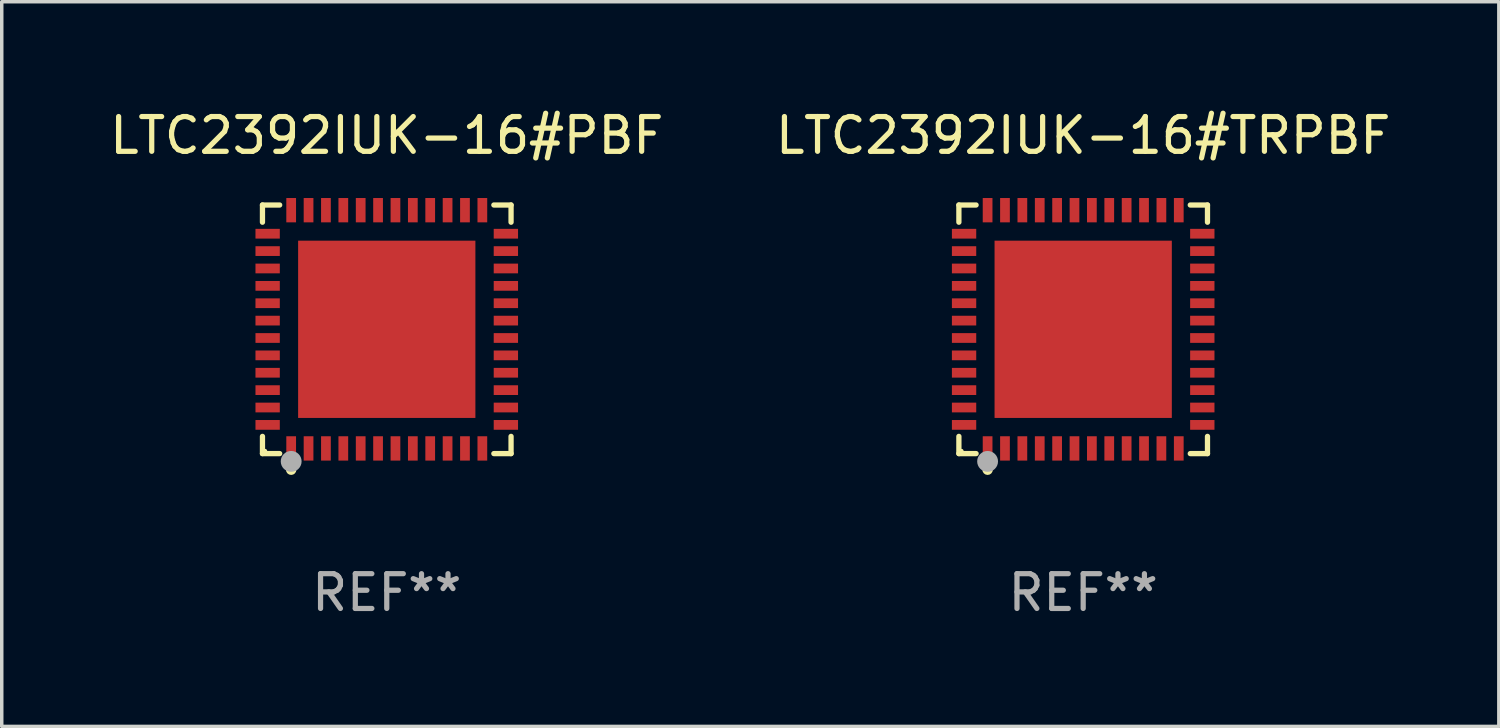
<source format=kicad_pcb>
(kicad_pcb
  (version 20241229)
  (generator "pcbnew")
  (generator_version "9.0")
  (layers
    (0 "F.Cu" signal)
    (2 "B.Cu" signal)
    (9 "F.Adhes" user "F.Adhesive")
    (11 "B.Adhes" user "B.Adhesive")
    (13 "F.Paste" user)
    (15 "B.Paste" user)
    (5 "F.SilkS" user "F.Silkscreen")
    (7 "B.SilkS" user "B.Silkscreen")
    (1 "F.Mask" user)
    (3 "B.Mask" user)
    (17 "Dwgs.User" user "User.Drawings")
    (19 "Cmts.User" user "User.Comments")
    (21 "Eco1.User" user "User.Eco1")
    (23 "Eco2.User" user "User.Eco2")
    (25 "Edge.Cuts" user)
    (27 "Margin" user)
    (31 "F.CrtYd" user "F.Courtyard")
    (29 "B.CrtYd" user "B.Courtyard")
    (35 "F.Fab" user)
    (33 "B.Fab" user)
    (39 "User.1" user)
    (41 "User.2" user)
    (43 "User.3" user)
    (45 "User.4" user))
  (footprint "LTC2392IUK-16#PBF"
    (layer "F.Cu")
    (at 8.077 6.424)
    (property "Reference" "LTC2392IUK-16#PBF" (at 0 -5.576 0) (layer "F.SilkS") (effects (font (size 1 1) (thickness 0.15))))
    (attr through_hole)
    (fp_line (start -3.576 -3.576) (end -3.081 -3.576) (stroke (width 0.152) (type solid)) (layer "F.SilkS"))
    (fp_line (start -3.576 -3.081) (end -3.576 -3.576) (stroke (width 0.152) (type solid)) (layer "F.SilkS"))
    (fp_line (start -3.576 3.081) (end -3.576 3.576) (stroke (width 0.152) (type solid)) (layer "F.SilkS"))
    (fp_line (start -3.576 3.576) (end -3.081 3.576) (stroke (width 0.152) (type solid)) (layer "F.SilkS"))
    (fp_line (start 3.576 -3.576) (end 3.081 -3.576) (stroke (width 0.152) (type solid)) (layer "F.SilkS"))
    (fp_line (start 3.576 -3.081) (end 3.576 -3.576) (stroke (width 0.152) (type solid)) (layer "F.SilkS"))
    (fp_line (start 3.576 3.081) (end 3.576 3.576) (stroke (width 0.152) (type solid)) (layer "F.SilkS"))
    (fp_line (start 3.576 3.576) (end 3.081 3.576) (stroke (width 0.152) (type solid)) (layer "F.SilkS"))
    (fp_circle (center -3.5 3.5) (end -3.47 3.5) (stroke (width 0.06) (type solid)) (fill no) (layer "F.SilkS"))
    (fp_circle (center -2.75 4.04) (end -2.675 4.04) (stroke (width 0.15) (type solid)) (fill no) (layer "F.SilkS"))
    (fp_circle (center -2.75 3.8) (end -2.6 3.8) (stroke (width 0.3) (type solid)) (fill no) (layer "F.Fab"))
    (fp_text user "REF**" (at 0 7.576 0) (layer "F.Fab") (effects (font (size 1 1) (thickness 0.15))))
    (pad "1" smd rect (at -2.75 3.427) (size 0.28 0.7) (layers "F.Cu" "F.Mask" "F.Paste"))
    (pad "2" smd rect (at -2.25 3.427) (size 0.28 0.7) (layers "F.Cu" "F.Mask" "F.Paste"))
    (pad "3" smd rect (at -1.75 3.427) (size 0.28 0.7) (layers "F.Cu" "F.Mask" "F.Paste"))
    (pad "4" smd rect (at -1.25 3.427) (size 0.28 0.7) (layers "F.Cu" "F.Mask" "F.Paste"))
    (pad "5" smd rect (at -0.75 3.427) (size 0.28 0.7) (layers "F.Cu" "F.Mask" "F.Paste"))
    (pad "6" smd rect (at -0.25 3.427) (size 0.28 0.7) (layers "F.Cu" "F.Mask" "F.Paste"))
    (pad "7" smd rect (at 0.25 3.427) (size 0.28 0.7) (layers "F.Cu" "F.Mask" "F.Paste"))
    (pad "8" smd rect (at 0.75 3.427) (size 0.28 0.7) (layers "F.Cu" "F.Mask" "F.Paste"))
    (pad "9" smd rect (at 1.25 3.427) (size 0.28 0.7) (layers "F.Cu" "F.Mask" "F.Paste"))
    (pad "10" smd rect (at 1.75 3.427) (size 0.28 0.7) (layers "F.Cu" "F.Mask" "F.Paste"))
    (pad "11" smd rect (at 2.25 3.427) (size 0.28 0.7) (layers "F.Cu" "F.Mask" "F.Paste"))
    (pad "12" smd rect (at 2.75 3.427) (size 0.28 0.7) (layers "F.Cu" "F.Mask" "F.Paste"))
    (pad "13" smd rect (at 3.427 2.75) (size 0.7 0.28) (layers "F.Cu" "F.Mask" "F.Paste"))
    (pad "14" smd rect (at 3.427 2.25) (size 0.7 0.28) (layers "F.Cu" "F.Mask" "F.Paste"))
    (pad "15" smd rect (at 3.427 1.75) (size 0.7 0.28) (layers "F.Cu" "F.Mask" "F.Paste"))
    (pad "16" smd rect (at 3.427 1.25) (size 0.7 0.28) (layers "F.Cu" "F.Mask" "F.Paste"))
    (pad "17" smd rect (at 3.427 0.75) (size 0.7 0.28) (layers "F.Cu" "F.Mask" "F.Paste"))
    (pad "18" smd rect (at 3.427 0.25) (size 0.7 0.28) (layers "F.Cu" "F.Mask" "F.Paste"))
    (pad "19" smd rect (at 3.427 -0.25) (size 0.7 0.28) (layers "F.Cu" "F.Mask" "F.Paste"))
    (pad "20" smd rect (at 3.427 -0.75) (size 0.7 0.28) (layers "F.Cu" "F.Mask" "F.Paste"))
    (pad "21" smd rect (at 3.427 -1.25) (size 0.7 0.28) (layers "F.Cu" "F.Mask" "F.Paste"))
    (pad "22" smd rect (at 3.427 -1.75) (size 0.7 0.28) (layers "F.Cu" "F.Mask" "F.Paste"))
    (pad "23" smd rect (at 3.427 -2.25) (size 0.7 0.28) (layers "F.Cu" "F.Mask" "F.Paste"))
    (pad "24" smd rect (at 3.427 -2.75) (size 0.7 0.28) (layers "F.Cu" "F.Mask" "F.Paste"))
    (pad "25" smd rect (at 2.75 -3.427) (size 0.28 0.7) (layers "F.Cu" "F.Mask" "F.Paste"))
    (pad "26" smd rect (at 2.25 -3.427) (size 0.28 0.7) (layers "F.Cu" "F.Mask" "F.Paste"))
    (pad "27" smd rect (at 1.75 -3.427) (size 0.28 0.7) (layers "F.Cu" "F.Mask" "F.Paste"))
    (pad "28" smd rect (at 1.25 -3.427) (size 0.28 0.7) (layers "F.Cu" "F.Mask" "F.Paste"))
    (pad "29" smd rect (at 0.75 -3.427) (size 0.28 0.7) (layers "F.Cu" "F.Mask" "F.Paste"))
    (pad "30" smd rect (at 0.25 -3.427) (size 0.28 0.7) (layers "F.Cu" "F.Mask" "F.Paste"))
    (pad "31" smd rect (at -0.25 -3.427) (size 0.28 0.7) (layers "F.Cu" "F.Mask" "F.Paste"))
    (pad "32" smd rect (at -0.75 -3.427) (size 0.28 0.7) (layers "F.Cu" "F.Mask" "F.Paste"))
    (pad "33" smd rect (at -1.25 -3.427) (size 0.28 0.7) (layers "F.Cu" "F.Mask" "F.Paste"))
    (pad "34" smd rect (at -1.75 -3.427) (size 0.28 0.7) (layers "F.Cu" "F.Mask" "F.Paste"))
    (pad "35" smd rect (at -2.25 -3.427) (size 0.28 0.7) (layers "F.Cu" "F.Mask" "F.Paste"))
    (pad "36" smd rect (at -2.75 -3.427) (size 0.28 0.7) (layers "F.Cu" "F.Mask" "F.Paste"))
    (pad "37" smd rect (at -3.427 -2.75) (size 0.7 0.28) (layers "F.Cu" "F.Mask" "F.Paste"))
    (pad "38" smd rect (at -3.427 -2.25) (size 0.7 0.28) (layers "F.Cu" "F.Mask" "F.Paste"))
    (pad "39" smd rect (at -3.427 -1.75) (size 0.7 0.28) (layers "F.Cu" "F.Mask" "F.Paste"))
    (pad "40" smd rect (at -3.427 -1.25) (size 0.7 0.28) (layers "F.Cu" "F.Mask" "F.Paste"))
    (pad "41" smd rect (at -3.427 -0.75) (size 0.7 0.28) (layers "F.Cu" "F.Mask" "F.Paste"))
    (pad "42" smd rect (at -3.427 -0.25) (size 0.7 0.28) (layers "F.Cu" "F.Mask" "F.Paste"))
    (pad "43" smd rect (at -3.427 0.25) (size 0.7 0.28) (layers "F.Cu" "F.Mask" "F.Paste"))
    (pad "44" smd rect (at -3.427 0.75) (size 0.7 0.28) (layers "F.Cu" "F.Mask" "F.Paste"))
    (pad "45" smd rect (at -3.427 1.25) (size 0.7 0.28) (layers "F.Cu" "F.Mask" "F.Paste"))
    (pad "46" smd rect (at -3.427 1.75) (size 0.7 0.28) (layers "F.Cu" "F.Mask" "F.Paste"))
    (pad "47" smd rect (at -3.427 2.25) (size 0.7 0.28) (layers "F.Cu" "F.Mask" "F.Paste"))
    (pad "48" smd rect (at -3.427 2.75) (size 0.7 0.28) (layers "F.Cu" "F.Mask" "F.Paste"))
    (pad "49" smd rect (at 0 0) (size 5.1 5.1) (layers "F.Cu" "F.Mask" "F.Paste")))
  (footprint "LTC2392IUK-16#TRPBF"
    (layer "F.Cu")
    (at 28.113 6.424)
    (property "Reference" "LTC2392IUK-16#TRPBF" (at 0 -5.576 0) (layer "F.SilkS") (effects (font (size 1 1) (thickness 0.15))))
    (attr through_hole)
    (fp_line (start -3.576 -3.576) (end -3.081 -3.576) (stroke (width 0.152) (type solid)) (layer "F.SilkS"))
    (fp_line (start -3.576 -3.081) (end -3.576 -3.576) (stroke (width 0.152) (type solid)) (layer "F.SilkS"))
    (fp_line (start -3.576 3.081) (end -3.576 3.576) (stroke (width 0.152) (type solid)) (layer "F.SilkS"))
    (fp_line (start -3.576 3.576) (end -3.081 3.576) (stroke (width 0.152) (type solid)) (layer "F.SilkS"))
    (fp_line (start 3.576 -3.576) (end 3.081 -3.576) (stroke (width 0.152) (type solid)) (layer "F.SilkS"))
    (fp_line (start 3.576 -3.081) (end 3.576 -3.576) (stroke (width 0.152) (type solid)) (layer "F.SilkS"))
    (fp_line (start 3.576 3.081) (end 3.576 3.576) (stroke (width 0.152) (type solid)) (layer "F.SilkS"))
    (fp_line (start 3.576 3.576) (end 3.081 3.576) (stroke (width 0.152) (type solid)) (layer "F.SilkS"))
    (fp_circle (center -3.5 3.5) (end -3.47 3.5) (stroke (width 0.06) (type solid)) (fill no) (layer "F.SilkS"))
    (fp_circle (center -2.75 4.04) (end -2.675 4.04) (stroke (width 0.15) (type solid)) (fill no) (layer "F.SilkS"))
    (fp_circle (center -2.75 3.8) (end -2.6 3.8) (stroke (width 0.3) (type solid)) (fill no) (layer "F.Fab"))
    (fp_text user "REF**" (at 0 7.576 0) (layer "F.Fab") (effects (font (size 1 1) (thickness 0.15))))
    (pad "1" smd rect (at -2.75 3.427) (size 0.28 0.7) (layers "F.Cu" "F.Mask" "F.Paste"))
    (pad "2" smd rect (at -2.25 3.427) (size 0.28 0.7) (layers "F.Cu" "F.Mask" "F.Paste"))
    (pad "3" smd rect (at -1.75 3.427) (size 0.28 0.7) (layers "F.Cu" "F.Mask" "F.Paste"))
    (pad "4" smd rect (at -1.25 3.427) (size 0.28 0.7) (layers "F.Cu" "F.Mask" "F.Paste"))
    (pad "5" smd rect (at -0.75 3.427) (size 0.28 0.7) (layers "F.Cu" "F.Mask" "F.Paste"))
    (pad "6" smd rect (at -0.25 3.427) (size 0.28 0.7) (layers "F.Cu" "F.Mask" "F.Paste"))
    (pad "7" smd rect (at 0.25 3.427) (size 0.28 0.7) (layers "F.Cu" "F.Mask" "F.Paste"))
    (pad "8" smd rect (at 0.75 3.427) (size 0.28 0.7) (layers "F.Cu" "F.Mask" "F.Paste"))
    (pad "9" smd rect (at 1.25 3.427) (size 0.28 0.7) (layers "F.Cu" "F.Mask" "F.Paste"))
    (pad "10" smd rect (at 1.75 3.427) (size 0.28 0.7) (layers "F.Cu" "F.Mask" "F.Paste"))
    (pad "11" smd rect (at 2.25 3.427) (size 0.28 0.7) (layers "F.Cu" "F.Mask" "F.Paste"))
    (pad "12" smd rect (at 2.75 3.427) (size 0.28 0.7) (layers "F.Cu" "F.Mask" "F.Paste"))
    (pad "13" smd rect (at 3.427 2.75) (size 0.7 0.28) (layers "F.Cu" "F.Mask" "F.Paste"))
    (pad "14" smd rect (at 3.427 2.25) (size 0.7 0.28) (layers "F.Cu" "F.Mask" "F.Paste"))
    (pad "15" smd rect (at 3.427 1.75) (size 0.7 0.28) (layers "F.Cu" "F.Mask" "F.Paste"))
    (pad "16" smd rect (at 3.427 1.25) (size 0.7 0.28) (layers "F.Cu" "F.Mask" "F.Paste"))
    (pad "17" smd rect (at 3.427 0.75) (size 0.7 0.28) (layers "F.Cu" "F.Mask" "F.Paste"))
    (pad "18" smd rect (at 3.427 0.25) (size 0.7 0.28) (layers "F.Cu" "F.Mask" "F.Paste"))
    (pad "19" smd rect (at 3.427 -0.25) (size 0.7 0.28) (layers "F.Cu" "F.Mask" "F.Paste"))
    (pad "20" smd rect (at 3.427 -0.75) (size 0.7 0.28) (layers "F.Cu" "F.Mask" "F.Paste"))
    (pad "21" smd rect (at 3.427 -1.25) (size 0.7 0.28) (layers "F.Cu" "F.Mask" "F.Paste"))
    (pad "22" smd rect (at 3.427 -1.75) (size 0.7 0.28) (layers "F.Cu" "F.Mask" "F.Paste"))
    (pad "23" smd rect (at 3.427 -2.25) (size 0.7 0.28) (layers "F.Cu" "F.Mask" "F.Paste"))
    (pad "24" smd rect (at 3.427 -2.75) (size 0.7 0.28) (layers "F.Cu" "F.Mask" "F.Paste"))
    (pad "25" smd rect (at 2.75 -3.427) (size 0.28 0.7) (layers "F.Cu" "F.Mask" "F.Paste"))
    (pad "26" smd rect (at 2.25 -3.427) (size 0.28 0.7) (layers "F.Cu" "F.Mask" "F.Paste"))
    (pad "27" smd rect (at 1.75 -3.427) (size 0.28 0.7) (layers "F.Cu" "F.Mask" "F.Paste"))
    (pad "28" smd rect (at 1.25 -3.427) (size 0.28 0.7) (layers "F.Cu" "F.Mask" "F.Paste"))
    (pad "29" smd rect (at 0.75 -3.427) (size 0.28 0.7) (layers "F.Cu" "F.Mask" "F.Paste"))
    (pad "30" smd rect (at 0.25 -3.427) (size 0.28 0.7) (layers "F.Cu" "F.Mask" "F.Paste"))
    (pad "31" smd rect (at -0.25 -3.427) (size 0.28 0.7) (layers "F.Cu" "F.Mask" "F.Paste"))
    (pad "32" smd rect (at -0.75 -3.427) (size 0.28 0.7) (layers "F.Cu" "F.Mask" "F.Paste"))
    (pad "33" smd rect (at -1.25 -3.427) (size 0.28 0.7) (layers "F.Cu" "F.Mask" "F.Paste"))
    (pad "34" smd rect (at -1.75 -3.427) (size 0.28 0.7) (layers "F.Cu" "F.Mask" "F.Paste"))
    (pad "35" smd rect (at -2.25 -3.427) (size 0.28 0.7) (layers "F.Cu" "F.Mask" "F.Paste"))
    (pad "36" smd rect (at -2.75 -3.427) (size 0.28 0.7) (layers "F.Cu" "F.Mask" "F.Paste"))
    (pad "37" smd rect (at -3.427 -2.75) (size 0.7 0.28) (layers "F.Cu" "F.Mask" "F.Paste"))
    (pad "38" smd rect (at -3.427 -2.25) (size 0.7 0.28) (layers "F.Cu" "F.Mask" "F.Paste"))
    (pad "39" smd rect (at -3.427 -1.75) (size 0.7 0.28) (layers "F.Cu" "F.Mask" "F.Paste"))
    (pad "40" smd rect (at -3.427 -1.25) (size 0.7 0.28) (layers "F.Cu" "F.Mask" "F.Paste"))
    (pad "41" smd rect (at -3.427 -0.75) (size 0.7 0.28) (layers "F.Cu" "F.Mask" "F.Paste"))
    (pad "42" smd rect (at -3.427 -0.25) (size 0.7 0.28) (layers "F.Cu" "F.Mask" "F.Paste"))
    (pad "43" smd rect (at -3.427 0.25) (size 0.7 0.28) (layers "F.Cu" "F.Mask" "F.Paste"))
    (pad "44" smd rect (at -3.427 0.75) (size 0.7 0.28) (layers "F.Cu" "F.Mask" "F.Paste"))
    (pad "45" smd rect (at -3.427 1.25) (size 0.7 0.28) (layers "F.Cu" "F.Mask" "F.Paste"))
    (pad "46" smd rect (at -3.427 1.75) (size 0.7 0.28) (layers "F.Cu" "F.Mask" "F.Paste"))
    (pad "47" smd rect (at -3.427 2.25) (size 0.7 0.28) (layers "F.Cu" "F.Mask" "F.Paste"))
    (pad "48" smd rect (at -3.427 2.75) (size 0.7 0.28) (layers "F.Cu" "F.Mask" "F.Paste"))
    (pad "49" smd rect (at 0 0) (size 5.1 5.1) (layers "F.Cu" "F.Mask" "F.Paste")))
  (gr_rect
    (start -3 -3)
    (end 40.071 17.849)
    (stroke (width 0.1) (type default))
    (fill no)
    (layer "Edge.Cuts")))
</source>
